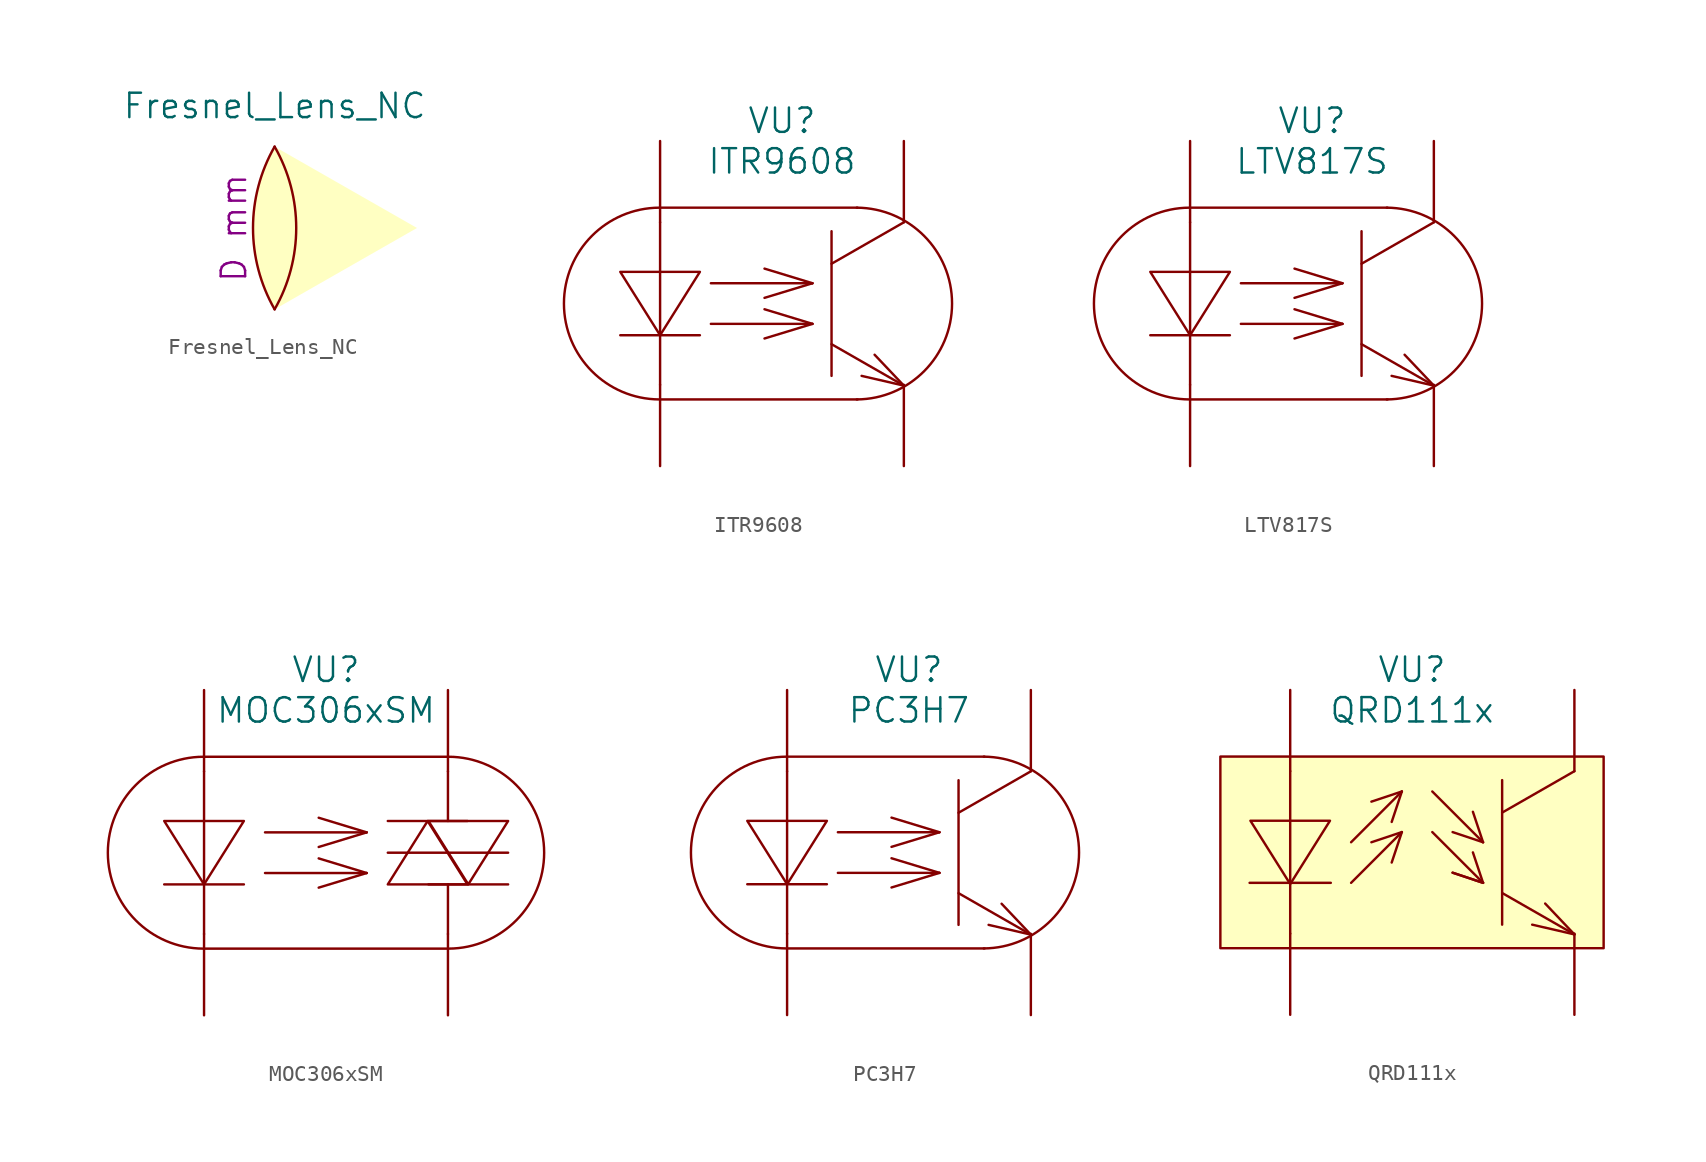
<source format=kicad_sym>
(kicad_symbol_lib
  (version 20220914)
  (generator kicad_symbol_editor)
  (symbol "Fresnel_Lens_NC"
    (property "Reference" "Lens"
      (at 0 10.16 0)
      (effects (font (size 1.524 1.524)) hide))
    (property "Value" "Fresnel_Lens_NC"
      (at 0 7.62 0)
      (effects (font (size 1.524 1.524))))
    (property "Datasheet" ""
      (at -10.795 5.08 0)
      (effects (font (size 1.524 1.524))))
    (property "Size" "D mm"
      (at -2.54 0 90)
      (effects (font (size 1.524 1.524))))
    (symbol "Fresnel_Lens_NC_0_1"
      (arc (start 0 -5.08) (mid 1.3491 0) (end 0 5.08) (stroke (width 0) (type solid)) (fill (type none)))
      (arc (start 0 5.08) (mid -1.3491 0) (end 0 -5.08) (stroke (width 0) (type solid)) (fill (type background)))))
  (symbol "ITR9608"
    (pin_numbers hide)
    (pin_names
      (offset 1.016) hide)
    (property "Reference" "VU"
      (at 0 11.43 0)
      (effects (font (size 1.524 1.524))))
    (property "Value" "ITR9608"
      (at 0 8.89 0)
      (effects (font (size 1.524 1.524))))
    (property "Datasheet" ""
      (at 4.572 0 0)
      (effects (font (size 1.524 1.524))))
    (symbol "ITR9608_0_1"
      (arc (start -7.6708 5.9944) (mid -13.6399 0) (end -7.6708 -5.9944) (stroke (width 0) (type solid)) (fill (type none)))
      (polyline (pts (xy -10.109 -1.981) (xy -5.131 -1.981)) (stroke (width 0) (type solid)) (fill (type none)))
      (polyline (pts (xy -7.62 -5.08) (xy -7.62 5.08)) (stroke (width 0) (type solid)) (fill (type none)))
      (polyline (pts (xy -4.445 -1.27) (xy 1.905 -1.27)) (stroke (width 0) (type solid)) (fill (type none)))
      (polyline (pts (xy -4.445 1.27) (xy 1.905 1.27)) (stroke (width 0) (type solid)) (fill (type none)))
      (polyline (pts (xy 1.905 -1.27) (xy -1.092 -2.184)) (stroke (width 0) (type solid)) (fill (type none)))
      (polyline (pts (xy 1.905 -1.27) (xy -1.092 -0.356)) (stroke (width 0) (type solid)) (fill (type none)))
      (polyline (pts (xy 1.905 1.27) (xy -1.092 0.356)) (stroke (width 0) (type solid)) (fill (type none)))
      (polyline (pts (xy 1.905 1.27) (xy -1.092 2.184)) (stroke (width 0) (type solid)) (fill (type none)))
      (polyline (pts (xy 3.099 4.521) (xy 3.099 -4.521)) (stroke (width 0) (type solid)) (fill (type none)))
      (polyline (pts (xy 4.724 -5.994) (xy -7.62 -5.994)) (stroke (width 0) (type solid)) (fill (type none)))
      (polyline (pts (xy 4.724 5.994) (xy -7.62 5.994)) (stroke (width 0) (type solid)) (fill (type none)))
      (polyline (pts (xy 7.62 -5.131) (xy 3.099 -2.54)) (stroke (width 0) (type solid)) (fill (type none)))
      (polyline (pts (xy 7.62 -5.131) (xy 4.978 -4.521)) (stroke (width 0) (type solid)) (fill (type none)))
      (polyline (pts (xy 7.62 -5.131) (xy 5.791 -3.2)) (stroke (width 0) (type solid)) (fill (type none)))
      (polyline (pts (xy 7.62 5.08) (xy 3.099 2.489)) (stroke (width 0) (type solid)) (fill (type none)))
      (polyline (pts (xy -10.109 1.981) (xy -7.518 1.981) (xy -5.131 1.981) (xy -7.62 -1.981) (xy -10.109 1.981)) (stroke (width 0) (type solid)) (fill (type none)))
      (arc (start 4.6736 -5.9944) (mid 10.6427 0) (end 4.6736 5.9944) (stroke (width 0) (type solid)) (fill (type none))))
    (symbol "ITR9608_1_1"
      (pin passive line (at -7.62 10.16 270) (length 5.08) (name "A" (effects (font (size 1.27 1.27)))) (number "1" (effects (font (size 1.27 1.27)))))
      (pin passive line (at -7.62 -10.16 90) (length 5.08) (name "C" (effects (font (size 1.27 1.27)))) (number "2" (effects (font (size 1.27 1.27)))))
      (pin open_collector line (at 7.62 10.16 270) (length 5.08) (name "C" (effects (font (size 1.27 1.27)))) (number "3" (effects (font (size 1.27 1.27)))))
      (pin passive line (at 7.62 -10.16 90) (length 5.08) (name "E" (effects (font (size 1.27 1.27)))) (number "4" (effects (font (size 1.27 1.27)))))))
  (symbol "LTV817S"
    (pin_numbers hide)
    (pin_names
      (offset 1.016) hide)
    (property "Reference" "VU"
      (at 0 11.43 0)
      (effects (font (size 1.524 1.524))))
    (property "Value" "LTV817S"
      (at 0 8.89 0)
      (effects (font (size 1.524 1.524))))
    (property "Datasheet" ""
      (at 4.572 0 0)
      (effects (font (size 1.524 1.524))))
    (symbol "LTV817S_0_1"
      (arc (start -7.6708 5.9944) (mid -13.6399 0) (end -7.6708 -5.9944) (stroke (width 0) (type solid)) (fill (type none)))
      (polyline (pts (xy -10.109 -1.981) (xy -5.131 -1.981)) (stroke (width 0) (type solid)) (fill (type none)))
      (polyline (pts (xy -7.62 -5.08) (xy -7.62 5.08)) (stroke (width 0) (type solid)) (fill (type none)))
      (polyline (pts (xy -4.445 -1.27) (xy 1.905 -1.27)) (stroke (width 0) (type solid)) (fill (type none)))
      (polyline (pts (xy -4.445 1.27) (xy 1.905 1.27)) (stroke (width 0) (type solid)) (fill (type none)))
      (polyline (pts (xy 1.905 -1.27) (xy -1.092 -2.184)) (stroke (width 0) (type solid)) (fill (type none)))
      (polyline (pts (xy 1.905 -1.27) (xy -1.092 -0.356)) (stroke (width 0) (type solid)) (fill (type none)))
      (polyline (pts (xy 1.905 1.27) (xy -1.092 0.356)) (stroke (width 0) (type solid)) (fill (type none)))
      (polyline (pts (xy 1.905 1.27) (xy -1.092 2.184)) (stroke (width 0) (type solid)) (fill (type none)))
      (polyline (pts (xy 3.099 4.521) (xy 3.099 -4.521)) (stroke (width 0) (type solid)) (fill (type none)))
      (polyline (pts (xy 4.724 -5.994) (xy -7.62 -5.994)) (stroke (width 0) (type solid)) (fill (type none)))
      (polyline (pts (xy 4.724 5.994) (xy -7.62 5.994)) (stroke (width 0) (type solid)) (fill (type none)))
      (polyline (pts (xy 7.62 -5.131) (xy 3.099 -2.54)) (stroke (width 0) (type solid)) (fill (type none)))
      (polyline (pts (xy 7.62 -5.131) (xy 4.978 -4.521)) (stroke (width 0) (type solid)) (fill (type none)))
      (polyline (pts (xy 7.62 -5.131) (xy 5.791 -3.2)) (stroke (width 0) (type solid)) (fill (type none)))
      (polyline (pts (xy 7.62 5.08) (xy 3.099 2.489)) (stroke (width 0) (type solid)) (fill (type none)))
      (polyline (pts (xy -10.109 1.981) (xy -7.518 1.981) (xy -5.131 1.981) (xy -7.62 -1.981) (xy -10.109 1.981)) (stroke (width 0) (type solid)) (fill (type none)))
      (arc (start 4.6736 -5.9944) (mid 10.6427 0) (end 4.6736 5.9944) (stroke (width 0) (type solid)) (fill (type none))))
    (symbol "LTV817S_1_1"
      (pin passive line (at -7.62 10.16 270) (length 5.08) (name "A" (effects (font (size 1.27 1.27)))) (number "1" (effects (font (size 1.27 1.27)))))
      (pin passive line (at -7.62 -10.16 90) (length 5.08) (name "C" (effects (font (size 1.27 1.27)))) (number "2" (effects (font (size 1.27 1.27)))))
      (pin passive line (at 7.62 -10.16 90) (length 5.08) (name "E" (effects (font (size 1.27 1.27)))) (number "3" (effects (font (size 1.27 1.27)))))
      (pin open_collector line (at 7.62 10.16 270) (length 5.08) (name "C" (effects (font (size 1.27 1.27)))) (number "4" (effects (font (size 1.27 1.27)))))))
  (symbol "MOC306xSM"
    (pin_numbers hide)
    (pin_names
      (offset 1.016) hide)
    (property "Reference" "VU"
      (at 0 11.43 0)
      (effects (font (size 1.524 1.524))))
    (property "Value" "MOC306xSM"
      (at 0 8.89 0)
      (effects (font (size 1.524 1.524))))
    (property "Datasheet" ""
      (at 10.668 0 0)
      (effects (font (size 1.524 1.524))))
    (symbol "MOC306xSM_0_1"
      (arc (start -7.6708 5.9944) (mid -13.6399 0) (end -7.6708 -5.9944) (stroke (width 0) (type solid)) (fill (type none)))
      (polyline (pts (xy -10.109 -1.981) (xy -5.131 -1.981)) (stroke (width 0) (type solid)) (fill (type none)))
      (polyline (pts (xy -7.62 -5.08) (xy -7.62 5.08)) (stroke (width 0) (type solid)) (fill (type none)))
      (polyline (pts (xy -3.81 -1.27) (xy 2.54 -1.27)) (stroke (width 0) (type solid)) (fill (type none)))
      (polyline (pts (xy -3.81 1.27) (xy 2.54 1.27)) (stroke (width 0) (type solid)) (fill (type none)))
      (polyline (pts (xy 2.54 -1.27) (xy -0.457 -2.184)) (stroke (width 0) (type solid)) (fill (type none)))
      (polyline (pts (xy 2.54 -1.27) (xy -0.457 -0.356)) (stroke (width 0) (type solid)) (fill (type none)))
      (polyline (pts (xy 2.54 1.27) (xy -0.457 0.356)) (stroke (width 0) (type solid)) (fill (type none)))
      (polyline (pts (xy 2.54 1.27) (xy -0.457 2.184)) (stroke (width 0) (type solid)) (fill (type none)))
      (polyline (pts (xy 3.861 0) (xy 11.379 0)) (stroke (width 0) (type solid)) (fill (type none)))
      (polyline (pts (xy 7.62 -5.994) (xy -7.62 -5.994)) (stroke (width 0) (type solid)) (fill (type none)))
      (polyline (pts (xy 7.62 -5.08) (xy 7.62 -1.981)) (stroke (width 0) (type solid)) (fill (type none)))
      (polyline (pts (xy 7.62 5.08) (xy 7.62 1.981)) (stroke (width 0) (type solid)) (fill (type none)))
      (polyline (pts (xy 7.62 5.994) (xy -7.62 5.994)) (stroke (width 0) (type solid)) (fill (type none)))
      (polyline (pts (xy 8.839 1.981) (xy 3.861 1.981)) (stroke (width 0) (type solid)) (fill (type none)))
      (polyline (pts (xy 11.379 -1.981) (xy 6.401 -1.981)) (stroke (width 0) (type solid)) (fill (type none)))
      (polyline (pts (xy -10.109 1.981) (xy -7.518 1.981) (xy -5.131 1.981) (xy -7.62 -1.981) (xy -10.109 1.981)) (stroke (width 0) (type solid)) (fill (type none)))
      (polyline (pts (xy 8.839 -1.981) (xy 6.248 -1.981) (xy 3.861 -1.981) (xy 6.35 1.981) (xy 8.839 -1.981)) (stroke (width 0) (type solid)) (fill (type none)))
      (polyline (pts (xy 11.379 1.981) (xy 8.788 1.981) (xy 6.401 1.981) (xy 8.89 -1.981) (xy 11.379 1.981)) (stroke (width 0) (type solid)) (fill (type none)))
      (arc (start 7.6708 -5.9944) (mid 13.6399 0) (end 7.6708 5.9944) (stroke (width 0) (type solid)) (fill (type none))))
    (symbol "MOC306xSM_1_1"
      (pin passive line (at -7.62 10.16 270) (length 5.08) (name "A" (effects (font (size 1.27 1.27)))) (number "1" (effects (font (size 1.27 1.27)))))
      (pin passive line (at -7.62 -10.16 90) (length 5.08) (name "C" (effects (font (size 1.27 1.27)))) (number "2" (effects (font (size 1.27 1.27)))))
      (pin no_connect line (at 0 -10.16 90) (length 5.08) hide (name "NC" (effects (font (size 1.27 1.27)))) (number "3" (effects (font (size 1.27 1.27)))))
      (pin passive line (at 7.62 -10.16 90) (length 5.08) (name "A1" (effects (font (size 1.27 1.27)))) (number "4" (effects (font (size 1.27 1.27)))))
      (pin no_connect line (at 0 10.16 270) (length 5.08) hide (name "NC" (effects (font (size 1.27 1.27)))) (number "5" (effects (font (size 1.27 1.27)))))
      (pin open_collector line (at 7.62 10.16 270) (length 5.08) (name "A2" (effects (font (size 1.27 1.27)))) (number "6" (effects (font (size 1.27 1.27)))))))
  (symbol "PC3H7"
    (pin_numbers hide)
    (pin_names
      (offset 1.016) hide)
    (property "Reference" "VU"
      (at 0 11.43 0)
      (effects (font (size 1.524 1.524))))
    (property "Value" "PC3H7"
      (at 0 8.89 0)
      (effects (font (size 1.524 1.524))))
    (property "Datasheet" ""
      (at 4.572 0 0)
      (effects (font (size 1.524 1.524))))
    (symbol "PC3H7_0_1"
      (arc (start -7.6708 5.9944) (mid -13.6399 0) (end -7.6708 -5.9944) (stroke (width 0) (type solid)) (fill (type none)))
      (polyline (pts (xy -10.109 -1.981) (xy -5.131 -1.981)) (stroke (width 0) (type solid)) (fill (type none)))
      (polyline (pts (xy -7.62 -5.08) (xy -7.62 5.08)) (stroke (width 0) (type solid)) (fill (type none)))
      (polyline (pts (xy -4.445 -1.27) (xy 1.905 -1.27)) (stroke (width 0) (type solid)) (fill (type none)))
      (polyline (pts (xy -4.445 1.27) (xy 1.905 1.27)) (stroke (width 0) (type solid)) (fill (type none)))
      (polyline (pts (xy 1.905 -1.27) (xy -1.092 -2.184)) (stroke (width 0) (type solid)) (fill (type none)))
      (polyline (pts (xy 1.905 -1.27) (xy -1.092 -0.356)) (stroke (width 0) (type solid)) (fill (type none)))
      (polyline (pts (xy 1.905 1.27) (xy -1.092 0.356)) (stroke (width 0) (type solid)) (fill (type none)))
      (polyline (pts (xy 1.905 1.27) (xy -1.092 2.184)) (stroke (width 0) (type solid)) (fill (type none)))
      (polyline (pts (xy 3.099 4.521) (xy 3.099 -4.521)) (stroke (width 0) (type solid)) (fill (type none)))
      (polyline (pts (xy 4.724 -5.994) (xy -7.62 -5.994)) (stroke (width 0) (type solid)) (fill (type none)))
      (polyline (pts (xy 4.724 5.994) (xy -7.62 5.994)) (stroke (width 0) (type solid)) (fill (type none)))
      (polyline (pts (xy 7.62 -5.131) (xy 3.099 -2.54)) (stroke (width 0) (type solid)) (fill (type none)))
      (polyline (pts (xy 7.62 -5.131) (xy 4.978 -4.521)) (stroke (width 0) (type solid)) (fill (type none)))
      (polyline (pts (xy 7.62 -5.131) (xy 5.791 -3.2)) (stroke (width 0) (type solid)) (fill (type none)))
      (polyline (pts (xy 7.62 5.08) (xy 3.099 2.489)) (stroke (width 0) (type solid)) (fill (type none)))
      (polyline (pts (xy -10.109 1.981) (xy -7.518 1.981) (xy -5.131 1.981) (xy -7.62 -1.981) (xy -10.109 1.981)) (stroke (width 0) (type solid)) (fill (type none)))
      (arc (start 4.6736 -5.9944) (mid 10.6427 0) (end 4.6736 5.9944) (stroke (width 0) (type solid)) (fill (type none))))
    (symbol "PC3H7_1_1"
      (pin passive line (at -7.62 10.16 270) (length 5.08) (name "A" (effects (font (size 1.27 1.27)))) (number "1" (effects (font (size 1.27 1.27)))))
      (pin passive line (at -7.62 -10.16 90) (length 5.08) (name "C" (effects (font (size 1.27 1.27)))) (number "2" (effects (font (size 1.27 1.27)))))
      (pin passive line (at 7.62 -10.16 90) (length 5.08) (name "E" (effects (font (size 1.27 1.27)))) (number "3" (effects (font (size 1.27 1.27)))))
      (pin open_collector line (at 7.62 10.16 270) (length 5.08) (name "C" (effects (font (size 1.27 1.27)))) (number "4" (effects (font (size 1.27 1.27)))))))
  (symbol "QRD111x"
    (pin_numbers hide)
    (pin_names
      (offset 1.016) hide)
    (property "Reference" "VU"
      (at 0 11.43 0)
      (effects (font (size 1.524 1.524))))
    (property "Value" "QRD111x"
      (at 0 8.89 0)
      (effects (font (size 1.524 1.524))))
    (property "Datasheet" ""
      (at 7.112 0 0)
      (effects (font (size 1.524 1.524))))
    (symbol "QRD111x_0_1"
      (polyline (pts (xy -10.16 -1.905) (xy -5.08 -1.905)) (stroke (width 0) (type solid)) (fill (type none)))
      (polyline (pts (xy -7.62 -5.08) (xy -7.62 5.08)) (stroke (width 0) (type solid)) (fill (type none)))
      (polyline (pts (xy -0.635 1.27) (xy -3.81 -1.905)) (stroke (width 0) (type solid)) (fill (type none)))
      (polyline (pts (xy -0.635 1.27) (xy -2.54 0.635)) (stroke (width 0) (type solid)) (fill (type none)))
      (polyline (pts (xy -0.635 1.27) (xy -1.27 -0.635)) (stroke (width 0) (type solid)) (fill (type none)))
      (polyline (pts (xy -0.635 3.81) (xy -3.81 0.635)) (stroke (width 0) (type solid)) (fill (type none)))
      (polyline (pts (xy -0.635 3.81) (xy -2.54 3.175)) (stroke (width 0) (type solid)) (fill (type none)))
      (polyline (pts (xy -0.635 3.81) (xy -1.27 1.905)) (stroke (width 0) (type solid)) (fill (type none)))
      (polyline (pts (xy 1.27 3.81) (xy 4.445 0.635)) (stroke (width 0) (type solid)) (fill (type none)))
      (polyline (pts (xy 4.445 -1.905) (xy 1.27 1.27)) (stroke (width 0) (type solid)) (fill (type none)))
      (polyline (pts (xy 4.445 -1.905) (xy 2.54 -1.27)) (stroke (width 0) (type solid)) (fill (type none)))
      (polyline (pts (xy 4.445 -1.905) (xy 2.54 -1.27)) (stroke (width 0) (type solid)) (fill (type none)))
      (polyline (pts (xy 4.445 -1.905) (xy 3.81 0)) (stroke (width 0) (type solid)) (fill (type none)))
      (polyline (pts (xy 4.445 0.635) (xy 2.54 1.27)) (stroke (width 0) (type solid)) (fill (type none)))
      (polyline (pts (xy 4.445 0.635) (xy 3.81 2.54)) (stroke (width 0) (type solid)) (fill (type none)))
      (polyline (pts (xy 5.639 4.521) (xy 5.639 -4.521)) (stroke (width 0) (type solid)) (fill (type none)))
      (polyline (pts (xy 10.16 -5.131) (xy 5.639 -2.54)) (stroke (width 0) (type solid)) (fill (type none)))
      (polyline (pts (xy 10.16 -5.131) (xy 7.518 -4.521)) (stroke (width 0) (type solid)) (fill (type none)))
      (polyline (pts (xy 10.16 -5.131) (xy 8.331 -3.2)) (stroke (width 0) (type solid)) (fill (type none)))
      (polyline (pts (xy 10.16 5.08) (xy 5.639 2.489)) (stroke (width 0) (type solid)) (fill (type none)))
      (polyline (pts (xy -10.109 1.981) (xy -7.518 1.981) (xy -5.131 1.981) (xy -7.62 -1.981) (xy -10.109 1.981)) (stroke (width 0) (type solid)) (fill (type none)))
      (rectangle (start 11.989 -5.994) (end -11.989 5.994) (stroke (width 0) (type solid)) (fill (type background))))
    (symbol "QRD111x_1_1"
      (pin open_collector line (at 10.16 10.16 270) (length 5.08) (name "C" (effects (font (size 1.27 1.27)))) (number "1" (effects (font (size 1.27 1.27)))))
      (pin passive line (at 10.16 -10.16 90) (length 5.08) (name "E" (effects (font (size 1.27 1.27)))) (number "2" (effects (font (size 1.27 1.27)))))
      (pin passive line (at -7.62 10.16 270) (length 5.08) (name "A" (effects (font (size 1.27 1.27)))) (number "3" (effects (font (size 1.27 1.27)))))
      (pin passive line (at -7.62 -10.16 90) (length 5.08) (name "C" (effects (font (size 1.27 1.27)))) (number "4" (effects (font (size 1.27 1.27))))))))
</source>
